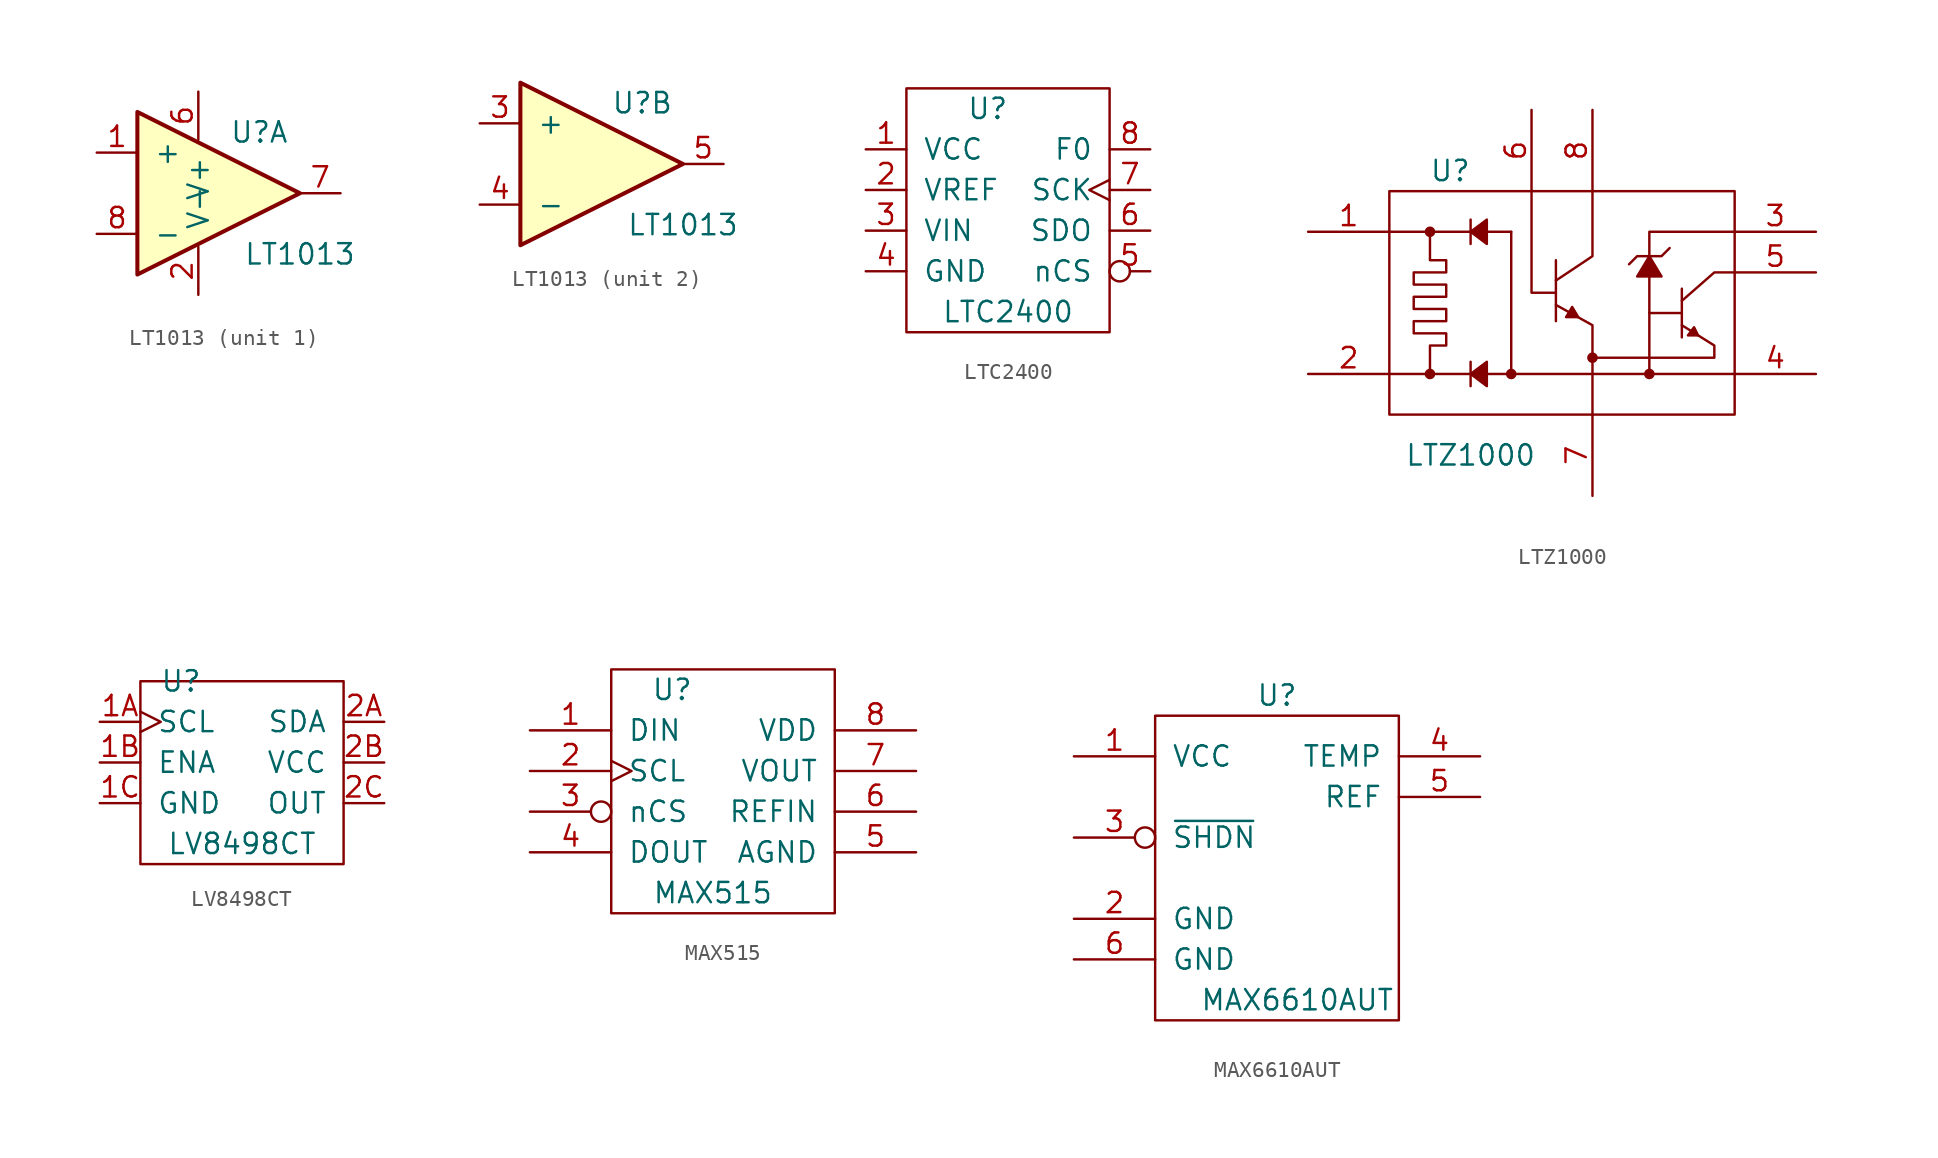
<source format=kicad_sym>
(kicad_symbol_lib
  (version 20220914)
  (generator kicad_symbol_editor)
  (symbol "LT1013"
    (pin_names
      (offset 1.016))
    (property "Reference" "U"
      (at 3.81 3.81 0)
      (effects (font (size 1.27 1.27))))
    (property "Value" "LT1013"
      (at 6.35 -3.81 0)
      (effects (font (size 1.27 1.27))))
    (symbol "LT1013_1_1"
      (polyline (pts (xy -3.81 5.08) (xy 6.35 0) (xy -3.81 -5.08) (xy -3.81 5.08)) (stroke (width 0.254) (type default)) (fill (type background)))
      (pin input line (at -6.35 2.54 0) (length 2.54) (name "+" (effects (font (size 1.27 1.27)))) (number "1" (effects (font (size 1.27 1.27)))))
      (pin power_in line (at 0 -6.35 90) (length 2.997) (name "V-" (effects (font (size 1.27 1.27)))) (number "2" (effects (font (size 1.27 1.27)))))
      (pin power_in line (at 0 6.35 270) (length 2.997) (name "V+" (effects (font (size 1.27 1.27)))) (number "6" (effects (font (size 1.27 1.27)))))
      (pin output line (at 8.89 0 180) (length 2.54) (name "~" (effects (font (size 1.27 1.27)))) (number "7" (effects (font (size 1.27 1.27)))))
      (pin input line (at -6.35 -2.54 0) (length 2.54) (name "-" (effects (font (size 1.27 1.27)))) (number "8" (effects (font (size 1.27 1.27))))))
    (symbol "LT1013_2_1"
      (polyline (pts (xy -3.81 5.08) (xy 6.35 0) (xy -3.81 -5.08) (xy -3.81 5.08)) (stroke (width 0.254) (type default)) (fill (type background)))
      (pin input line (at -6.35 2.54 0) (length 2.54) (name "+" (effects (font (size 1.27 1.27)))) (number "3" (effects (font (size 1.27 1.27)))))
      (pin input line (at -6.35 -2.54 0) (length 2.54) (name "-" (effects (font (size 1.27 1.27)))) (number "4" (effects (font (size 1.27 1.27)))))
      (pin output line (at 8.89 0 180) (length 2.54) (name "~" (effects (font (size 1.27 1.27)))) (number "5" (effects (font (size 1.27 1.27)))))))
  (symbol "LTC2400"
    (pin_names
      (offset 1.016))
    (property "Reference" "U"
      (at -1.27 6.35 0)
      (effects (font (size 1.27 1.27))))
    (property "Value" "LTC2400"
      (at 0 -6.35 0)
      (effects (font (size 1.27 1.27))))
    (symbol "LTC2400_0_1"
      (rectangle (start -6.35 7.62) (end 6.35 -7.62) (stroke (width 0) (type default)) (fill (type none))))
    (symbol "LTC2400_1_1"
      (pin power_in line (at -8.89 3.81 0) (length 2.54) (name "VCC" (effects (font (size 1.27 1.27)))) (number "1" (effects (font (size 1.27 1.27)))))
      (pin output line (at -8.89 1.27 0) (length 2.54) (name "VREF" (effects (font (size 1.27 1.27)))) (number "2" (effects (font (size 1.27 1.27)))))
      (pin output line (at -8.89 -1.27 0) (length 2.54) (name "VIN" (effects (font (size 1.27 1.27)))) (number "3" (effects (font (size 1.27 1.27)))))
      (pin power_in line (at -8.89 -3.81 0) (length 2.54) (name "GND" (effects (font (size 1.27 1.27)))) (number "4" (effects (font (size 1.27 1.27)))))
      (pin output inverted (at 8.89 -3.81 180) (length 2.54) (name "nCS" (effects (font (size 1.27 1.27)))) (number "5" (effects (font (size 1.27 1.27)))))
      (pin output line (at 8.89 -1.27 180) (length 2.54) (name "SDO" (effects (font (size 1.27 1.27)))) (number "6" (effects (font (size 1.27 1.27)))))
      (pin output clock (at 8.89 1.27 180) (length 2.54) (name "SCK" (effects (font (size 1.27 1.27)))) (number "7" (effects (font (size 1.27 1.27)))))
      (pin output line (at 8.89 3.81 180) (length 2.54) (name "F0" (effects (font (size 1.27 1.27)))) (number "8" (effects (font (size 1.27 1.27)))))))
  (symbol "LTZ1000"
    (pin_names
      (offset 1.016))
    (property "Reference" "U"
      (at -2.54 8.89 0)
      (effects (font (size 1.27 1.27))))
    (property "Value" "LTZ1000"
      (at -1.27 -8.89 0)
      (effects (font (size 1.27 1.27))))
    (symbol "LTZ1000_0_1"
      (polyline (pts (xy -6.35 5.08) (xy -3.81 5.08)) (stroke (width 0) (type default)) (fill (type none)))
      (polyline (pts (xy -3.81 -3.81) (xy -6.35 -3.81)) (stroke (width 0) (type default)) (fill (type none)))
      (polyline (pts (xy -3.81 5.08) (xy 1.27 5.08)) (stroke (width 0) (type default)) (fill (type none)))
      (polyline (pts (xy -1.27 -3.048) (xy -1.27 -4.572)) (stroke (width 0) (type default)) (fill (type none)))
      (polyline (pts (xy -1.27 5.842) (xy -1.27 4.318)) (stroke (width 0) (type default)) (fill (type none)))
      (polyline (pts (xy 4.064 1.27) (xy 4.064 -0.508)) (stroke (width 0) (type default)) (fill (type none)))
      (polyline (pts (xy 9.906 -3.81) (xy -3.81 -3.81)) (stroke (width 0) (type default)) (fill (type none)))
      (polyline (pts (xy 11.938 0) (xy 11.938 -1.524)) (stroke (width 0) (type default)) (fill (type none)))
      (polyline (pts (xy 4.064 0.508) (xy 6.35 -0.762) (xy 6.35 -6.35)) (stroke (width 0) (type default)) (fill (type none)))
      (polyline (pts (xy 4.064 2.032) (xy 6.35 3.556) (xy 6.35 7.62)) (stroke (width 0) (type default)) (fill (type none)))
      (polyline (pts (xy 9.906 0) (xy 11.938 0) (xy 11.938 1.524)) (stroke (width 0) (type default)) (fill (type none)))
      (polyline (pts (xy 9.906 3.556) (xy 9.144 3.556) (xy 8.636 3.048)) (stroke (width 0) (type default)) (fill (type none)))
      (polyline (pts (xy 9.906 3.556) (xy 10.668 3.556) (xy 11.176 4.064)) (stroke (width 0) (type default)) (fill (type none)))
      (polyline (pts (xy 11.938 0.762) (xy 13.97 2.54) (xy 15.24 2.54)) (stroke (width 0) (type default)) (fill (type none)))
      (polyline (pts (xy -1.27 -3.81) (xy -0.254 -3.048) (xy -0.254 -4.572) (xy -1.27 -3.81)) (stroke (width 0) (type default)) (fill (type outline)))
      (polyline (pts (xy -1.27 5.08) (xy -0.254 5.842) (xy -0.254 4.318) (xy -1.27 5.08)) (stroke (width 0) (type default)) (fill (type outline)))
      (polyline (pts (xy 2.54 7.62) (xy 2.54 1.27) (xy 4.064 1.27) (xy 4.064 3.302)) (stroke (width 0) (type default)) (fill (type none)))
      (polyline (pts (xy 5.08 0.381) (xy 4.699 -0.254) (xy 5.461 -0.254) (xy 5.08 0.381)) (stroke (width 0) (type default)) (fill (type outline)))
      (polyline (pts (xy 9.906 3.556) (xy 9.144 2.286) (xy 10.668 2.286) (xy 9.906 3.556)) (stroke (width 0) (type default)) (fill (type outline)))
      (polyline (pts (xy 11.938 -0.762) (xy 13.97 -2.032) (xy 13.97 -2.794) (xy 6.35 -2.794)) (stroke (width 0) (type default)) (fill (type none)))
      (polyline (pts (xy 12.319 -1.397) (xy 12.7 -0.889) (xy 12.954 -1.397) (xy 12.319 -1.397)) (stroke (width 0) (type default)) (fill (type outline)))
      (polyline (pts (xy 15.24 5.08) (xy 9.906 5.08) (xy 9.906 -3.81) (xy 15.24 -3.81)) (stroke (width 0) (type default)) (fill (type none))))
    (symbol "LTZ1000_1_1"
      (rectangle (start -6.35 7.62) (end 15.24 -6.35) (stroke (width 0) (type default)) (fill (type none)))
      (circle (center -3.81 -3.81) (radius 0.254) (stroke (width 0) (type default)) (fill (type outline)))
      (circle (center -3.81 5.08) (radius 0.254) (stroke (width 0) (type default)) (fill (type outline)))
      (polyline (pts (xy 1.27 -3.81) (xy 1.27 5.08)) (stroke (width 0) (type default)) (fill (type none)))
      (polyline (pts (xy -3.81 5.08) (xy -3.81 3.302) (xy -2.794 3.302) (xy -2.794 2.54) (xy -4.826 2.54) (xy -4.826 1.778) (xy -2.794 1.778) (xy -2.794 1.016) (xy -4.826 1.016) (xy -4.826 0.254) (xy -2.794 0.254) (xy -2.794 -0.508) (xy -4.826 -0.508) (xy -4.826 -1.27) (xy -2.794 -1.27) (xy -2.794 -2.032) (xy -3.81 -2.032) (xy -3.81 -3.81)) (stroke (width 0) (type default)) (fill (type none)))
      (circle (center 1.27 -3.81) (radius 0.254) (stroke (width 0) (type default)) (fill (type outline)))
      (circle (center 6.35 -2.794) (radius 0.254) (stroke (width 0) (type default)) (fill (type outline)))
      (circle (center 9.906 -3.81) (radius 0.254) (stroke (width 0) (type default)) (fill (type outline)))
      (pin power_out line (at -11.43 5.08 0) (length 5.08) (name "~" (effects (font (size 1.27 1.27)))) (number "1" (effects (font (size 1.27 1.27)))))
      (pin power_out line (at -11.43 -3.81 0) (length 5.08) (name "~" (effects (font (size 1.27 1.27)))) (number "2" (effects (font (size 1.27 1.27)))))
      (pin power_out line (at 20.32 5.08 180) (length 5.08) (name "~" (effects (font (size 1.27 1.27)))) (number "3" (effects (font (size 1.27 1.27)))))
      (pin power_out line (at 20.32 -3.81 180) (length 5.08) (name "~" (effects (font (size 1.27 1.27)))) (number "4" (effects (font (size 1.27 1.27)))))
      (pin power_out line (at 20.32 2.54 180) (length 5.08) (name "~" (effects (font (size 1.27 1.27)))) (number "5" (effects (font (size 1.27 1.27)))))
      (pin power_out line (at 2.54 12.7 270) (length 5.08) (name "~" (effects (font (size 1.27 1.27)))) (number "6" (effects (font (size 1.27 1.27)))))
      (pin power_out line (at 6.35 -11.43 90) (length 5.08) (name "~" (effects (font (size 1.27 1.27)))) (number "7" (effects (font (size 1.27 1.27)))))
      (pin power_out line (at 6.35 12.7 270) (length 5.08) (name "~" (effects (font (size 1.27 1.27)))) (number "8" (effects (font (size 1.27 1.27)))))))
  (symbol "LV8498CT"
    (pin_names
      (offset 1.016))
    (property "Reference" "U"
      (at -3.81 5.08 0)
      (effects (font (size 1.27 1.27))))
    (property "Value" "LV8498CT"
      (at 0 -5.08 0)
      (effects (font (size 1.27 1.27))))
    (symbol "LV8498CT_0_1"
      (rectangle (start -6.35 5.08) (end 6.35 -6.35) (stroke (width 0) (type default)) (fill (type none))))
    (symbol "LV8498CT_1_1"
      (pin input clock (at -8.89 2.54 0) (length 2.54) (name "SCL" (effects (font (size 1.27 1.27)))) (number "1A" (effects (font (size 1.27 1.27)))))
      (pin input line (at -8.89 0 0) (length 2.54) (name "ENA" (effects (font (size 1.27 1.27)))) (number "1B" (effects (font (size 1.27 1.27)))))
      (pin power_in line (at -8.89 -2.54 0) (length 2.54) (name "GND" (effects (font (size 1.27 1.27)))) (number "1C" (effects (font (size 1.27 1.27)))))
      (pin input line (at 8.89 2.54 180) (length 2.54) (name "SDA" (effects (font (size 1.27 1.27)))) (number "2A" (effects (font (size 1.27 1.27)))))
      (pin power_in line (at 8.89 0 180) (length 2.54) (name "VCC" (effects (font (size 1.27 1.27)))) (number "2B" (effects (font (size 1.27 1.27)))))
      (pin output line (at 8.89 -2.54 180) (length 2.54) (name "OUT" (effects (font (size 1.27 1.27)))) (number "2C" (effects (font (size 1.27 1.27)))))))
  (symbol "MAX515"
    (pin_names
      (offset 1.016))
    (property "Reference" "U"
      (at -2.54 6.35 0)
      (effects (font (size 1.27 1.27))))
    (property "Value" "MAX515"
      (at 0 -6.35 0)
      (effects (font (size 1.27 1.27))))
    (symbol "MAX515_0_1"
      (rectangle (start -6.35 7.62) (end 7.62 -7.62) (stroke (width 0) (type default)) (fill (type none))))
    (symbol "MAX515_1_1"
      (pin input line (at -11.43 3.81 0) (length 5.08) (name "DIN" (effects (font (size 1.27 1.27)))) (number "1" (effects (font (size 1.27 1.27)))))
      (pin input clock (at -11.43 1.27 0) (length 5.08) (name "SCL" (effects (font (size 1.27 1.27)))) (number "2" (effects (font (size 1.27 1.27)))))
      (pin input inverted (at -11.43 -1.27 0) (length 5.08) (name "nCS" (effects (font (size 1.27 1.27)))) (number "3" (effects (font (size 1.27 1.27)))))
      (pin input line (at -11.43 -3.81 0) (length 5.08) (name "DOUT" (effects (font (size 1.27 1.27)))) (number "4" (effects (font (size 1.27 1.27)))))
      (pin power_in line (at 12.7 -3.81 180) (length 5.08) (name "AGND" (effects (font (size 1.27 1.27)))) (number "5" (effects (font (size 1.27 1.27)))))
      (pin input line (at 12.7 -1.27 180) (length 5.08) (name "REFIN" (effects (font (size 1.27 1.27)))) (number "6" (effects (font (size 1.27 1.27)))))
      (pin input line (at 12.7 1.27 180) (length 5.08) (name "VOUT" (effects (font (size 1.27 1.27)))) (number "7" (effects (font (size 1.27 1.27)))))
      (pin power_in line (at 12.7 3.81 180) (length 5.08) (name "VDD" (effects (font (size 1.27 1.27)))) (number "8" (effects (font (size 1.27 1.27)))))))
  (symbol "MAX6610AUT"
    (pin_names
      (offset 1.016))
    (property "Reference" "U"
      (at 0 11.43 0)
      (effects (font (size 1.27 1.27))))
    (property "Value" "MAX6610AUT"
      (at 1.27 -7.62 0)
      (effects (font (size 1.27 1.27))))
    (symbol "MAX6610AUT_0_1"
      (rectangle (start -7.62 10.16) (end 7.62 -8.89) (stroke (width 0) (type default)) (fill (type none))))
    (symbol "MAX6610AUT_1_1"
      (pin power_in line (at -12.7 7.62 0) (length 5.08) (name "VCC" (effects (font (size 1.27 1.27)))) (number "1" (effects (font (size 1.27 1.27)))))
      (pin power_in line (at -12.7 -2.54 0) (length 5.08) (name "GND" (effects (font (size 1.27 1.27)))) (number "2" (effects (font (size 1.27 1.27)))))
      (pin input inverted (at -12.7 2.54 0) (length 5.08) (name "~{SHDN}" (effects (font (size 1.27 1.27)))) (number "3" (effects (font (size 1.27 1.27)))))
      (pin output line (at 12.7 7.62 180) (length 5.08) (name "TEMP" (effects (font (size 1.27 1.27)))) (number "4" (effects (font (size 1.27 1.27)))))
      (pin output line (at 12.7 5.08 180) (length 5.08) (name "REF" (effects (font (size 1.27 1.27)))) (number "5" (effects (font (size 1.27 1.27)))))
      (pin power_in line (at -12.7 -5.08 0) (length 5.08) (name "GND" (effects (font (size 1.27 1.27)))) (number "6" (effects (font (size 1.27 1.27))))))))
</source>
